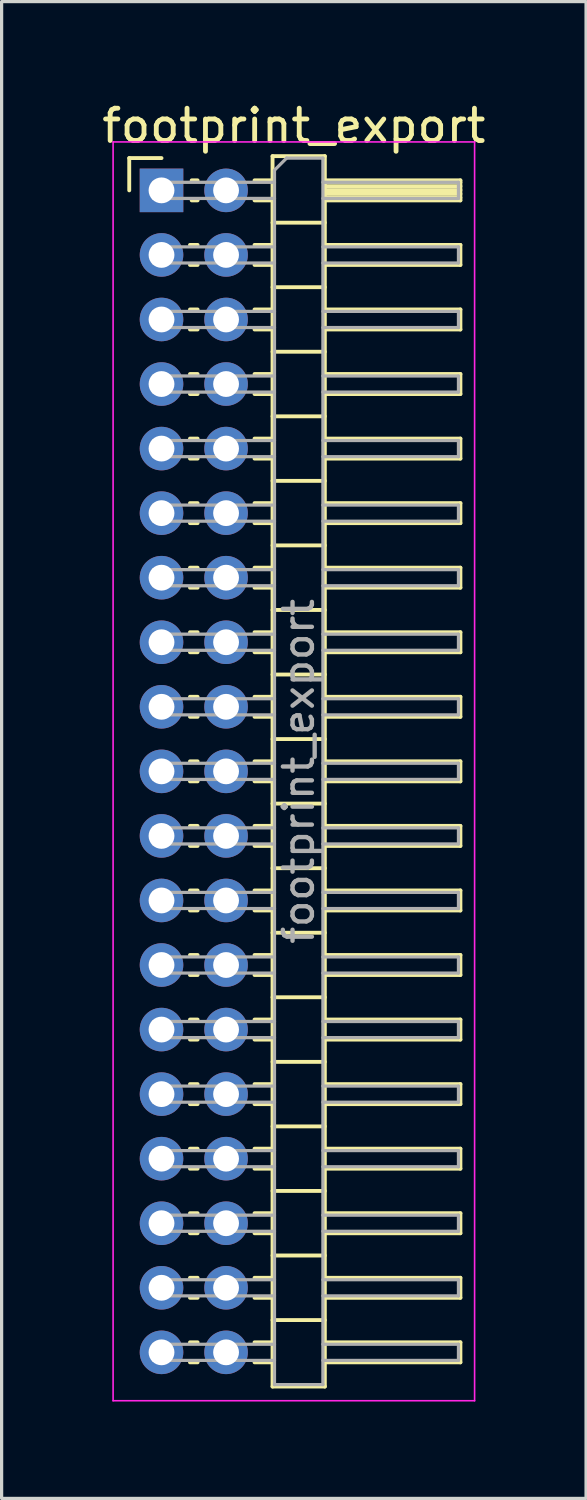
<source format=kicad_pcb>
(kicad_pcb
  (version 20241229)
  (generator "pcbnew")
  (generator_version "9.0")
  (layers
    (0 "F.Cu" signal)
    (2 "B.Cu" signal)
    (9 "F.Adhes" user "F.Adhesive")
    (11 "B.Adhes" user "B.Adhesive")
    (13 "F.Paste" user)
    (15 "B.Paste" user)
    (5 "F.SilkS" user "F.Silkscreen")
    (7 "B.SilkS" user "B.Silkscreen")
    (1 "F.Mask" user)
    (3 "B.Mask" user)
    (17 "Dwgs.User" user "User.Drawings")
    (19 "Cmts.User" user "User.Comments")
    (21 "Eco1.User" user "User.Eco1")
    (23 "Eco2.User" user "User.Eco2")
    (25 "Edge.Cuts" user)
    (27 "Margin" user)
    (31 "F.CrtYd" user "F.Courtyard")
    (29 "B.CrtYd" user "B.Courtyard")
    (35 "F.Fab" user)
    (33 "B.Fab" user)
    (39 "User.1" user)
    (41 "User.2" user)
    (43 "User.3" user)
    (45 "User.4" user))
  (footprint "footprint_export"
    (layer "F.Cu")
    (at 1.954 2.848)
    (property "Reference" "footprint_export" (at 4.1 -2 0) (layer "F.SilkS") (effects (font (size 1 1) (thickness 0.15))))
    (attr through_hole)
    (fp_line (start -1 -1) (end 0 -1) (stroke (width 0.12) (type solid)) (layer "F.SilkS"))
    (fp_line (start -1 0) (end -1 -1) (stroke (width 0.12) (type solid)) (layer "F.SilkS"))
    (fp_line (start 0.882 1.69) (end 1.118 1.69) (stroke (width 0.12) (type solid)) (layer "F.SilkS"))
    (fp_line (start 0.882 2.31) (end 1.118 2.31) (stroke (width 0.12) (type solid)) (layer "F.SilkS"))
    (fp_line (start 0.882 3.69) (end 1.118 3.69) (stroke (width 0.12) (type solid)) (layer "F.SilkS"))
    (fp_line (start 0.882 4.31) (end 1.118 4.31) (stroke (width 0.12) (type solid)) (layer "F.SilkS"))
    (fp_line (start 0.882 5.69) (end 1.118 5.69) (stroke (width 0.12) (type solid)) (layer "F.SilkS"))
    (fp_line (start 0.882 6.31) (end 1.118 6.31) (stroke (width 0.12) (type solid)) (layer "F.SilkS"))
    (fp_line (start 0.882 7.69) (end 1.118 7.69) (stroke (width 0.12) (type solid)) (layer "F.SilkS"))
    (fp_line (start 0.882 8.31) (end 1.118 8.31) (stroke (width 0.12) (type solid)) (layer "F.SilkS"))
    (fp_line (start 0.882 9.69) (end 1.118 9.69) (stroke (width 0.12) (type solid)) (layer "F.SilkS"))
    (fp_line (start 0.882 10.31) (end 1.118 10.31) (stroke (width 0.12) (type solid)) (layer "F.SilkS"))
    (fp_line (start 0.882 11.69) (end 1.118 11.69) (stroke (width 0.12) (type solid)) (layer "F.SilkS"))
    (fp_line (start 0.882 12.31) (end 1.118 12.31) (stroke (width 0.12) (type solid)) (layer "F.SilkS"))
    (fp_line (start 0.882 13.69) (end 1.118 13.69) (stroke (width 0.12) (type solid)) (layer "F.SilkS"))
    (fp_line (start 0.882 14.31) (end 1.118 14.31) (stroke (width 0.12) (type solid)) (layer "F.SilkS"))
    (fp_line (start 0.882 15.69) (end 1.118 15.69) (stroke (width 0.12) (type solid)) (layer "F.SilkS"))
    (fp_line (start 0.882 16.31) (end 1.118 16.31) (stroke (width 0.12) (type solid)) (layer "F.SilkS"))
    (fp_line (start 0.882 17.69) (end 1.118 17.69) (stroke (width 0.12) (type solid)) (layer "F.SilkS"))
    (fp_line (start 0.882 18.31) (end 1.118 18.31) (stroke (width 0.12) (type solid)) (layer "F.SilkS"))
    (fp_line (start 0.882 19.69) (end 1.118 19.69) (stroke (width 0.12) (type solid)) (layer "F.SilkS"))
    (fp_line (start 0.882 20.31) (end 1.118 20.31) (stroke (width 0.12) (type solid)) (layer "F.SilkS"))
    (fp_line (start 0.882 21.69) (end 1.118 21.69) (stroke (width 0.12) (type solid)) (layer "F.SilkS"))
    (fp_line (start 0.882 22.31) (end 1.118 22.31) (stroke (width 0.12) (type solid)) (layer "F.SilkS"))
    (fp_line (start 0.882 23.69) (end 1.118 23.69) (stroke (width 0.12) (type solid)) (layer "F.SilkS"))
    (fp_line (start 0.882 24.31) (end 1.118 24.31) (stroke (width 0.12) (type solid)) (layer "F.SilkS"))
    (fp_line (start 0.882 25.69) (end 1.118 25.69) (stroke (width 0.12) (type solid)) (layer "F.SilkS"))
    (fp_line (start 0.882 26.31) (end 1.118 26.31) (stroke (width 0.12) (type solid)) (layer "F.SilkS"))
    (fp_line (start 0.882 27.69) (end 1.118 27.69) (stroke (width 0.12) (type solid)) (layer "F.SilkS"))
    (fp_line (start 0.882 28.31) (end 1.118 28.31) (stroke (width 0.12) (type solid)) (layer "F.SilkS"))
    (fp_line (start 0.882 29.69) (end 1.118 29.69) (stroke (width 0.12) (type solid)) (layer "F.SilkS"))
    (fp_line (start 0.882 30.31) (end 1.118 30.31) (stroke (width 0.12) (type solid)) (layer "F.SilkS"))
    (fp_line (start 0.882 31.69) (end 1.118 31.69) (stroke (width 0.12) (type solid)) (layer "F.SilkS"))
    (fp_line (start 0.882 32.31) (end 1.118 32.31) (stroke (width 0.12) (type solid)) (layer "F.SilkS"))
    (fp_line (start 0.882 33.69) (end 1.118 33.69) (stroke (width 0.12) (type solid)) (layer "F.SilkS"))
    (fp_line (start 0.882 34.31) (end 1.118 34.31) (stroke (width 0.12) (type solid)) (layer "F.SilkS"))
    (fp_line (start 0.882 35.69) (end 1.118 35.69) (stroke (width 0.12) (type solid)) (layer "F.SilkS"))
    (fp_line (start 0.882 36.31) (end 1.118 36.31) (stroke (width 0.12) (type solid)) (layer "F.SilkS"))
    (fp_line (start 0.935 -0.31) (end 1.118 -0.31) (stroke (width 0.12) (type solid)) (layer "F.SilkS"))
    (fp_line (start 0.935 0.31) (end 1.118 0.31) (stroke (width 0.12) (type solid)) (layer "F.SilkS"))
    (fp_line (start 2.882 -0.31) (end 3.44 -0.31) (stroke (width 0.12) (type solid)) (layer "F.SilkS"))
    (fp_line (start 2.882 0.31) (end 3.44 0.31) (stroke (width 0.12) (type solid)) (layer "F.SilkS"))
    (fp_line (start 2.882 1.69) (end 3.44 1.69) (stroke (width 0.12) (type solid)) (layer "F.SilkS"))
    (fp_line (start 2.882 2.31) (end 3.44 2.31) (stroke (width 0.12) (type solid)) (layer "F.SilkS"))
    (fp_line (start 2.882 3.69) (end 3.44 3.69) (stroke (width 0.12) (type solid)) (layer "F.SilkS"))
    (fp_line (start 2.882 4.31) (end 3.44 4.31) (stroke (width 0.12) (type solid)) (layer "F.SilkS"))
    (fp_line (start 2.882 5.69) (end 3.44 5.69) (stroke (width 0.12) (type solid)) (layer "F.SilkS"))
    (fp_line (start 2.882 6.31) (end 3.44 6.31) (stroke (width 0.12) (type solid)) (layer "F.SilkS"))
    (fp_line (start 2.882 7.69) (end 3.44 7.69) (stroke (width 0.12) (type solid)) (layer "F.SilkS"))
    (fp_line (start 2.882 8.31) (end 3.44 8.31) (stroke (width 0.12) (type solid)) (layer "F.SilkS"))
    (fp_line (start 2.882 9.69) (end 3.44 9.69) (stroke (width 0.12) (type solid)) (layer "F.SilkS"))
    (fp_line (start 2.882 10.31) (end 3.44 10.31) (stroke (width 0.12) (type solid)) (layer "F.SilkS"))
    (fp_line (start 2.882 11.69) (end 3.44 11.69) (stroke (width 0.12) (type solid)) (layer "F.SilkS"))
    (fp_line (start 2.882 12.31) (end 3.44 12.31) (stroke (width 0.12) (type solid)) (layer "F.SilkS"))
    (fp_line (start 2.882 13.69) (end 3.44 13.69) (stroke (width 0.12) (type solid)) (layer "F.SilkS"))
    (fp_line (start 2.882 14.31) (end 3.44 14.31) (stroke (width 0.12) (type solid)) (layer "F.SilkS"))
    (fp_line (start 2.882 15.69) (end 3.44 15.69) (stroke (width 0.12) (type solid)) (layer "F.SilkS"))
    (fp_line (start 2.882 16.31) (end 3.44 16.31) (stroke (width 0.12) (type solid)) (layer "F.SilkS"))
    (fp_line (start 2.882 17.69) (end 3.44 17.69) (stroke (width 0.12) (type solid)) (layer "F.SilkS"))
    (fp_line (start 2.882 18.31) (end 3.44 18.31) (stroke (width 0.12) (type solid)) (layer "F.SilkS"))
    (fp_line (start 2.882 19.69) (end 3.44 19.69) (stroke (width 0.12) (type solid)) (layer "F.SilkS"))
    (fp_line (start 2.882 20.31) (end 3.44 20.31) (stroke (width 0.12) (type solid)) (layer "F.SilkS"))
    (fp_line (start 2.882 21.69) (end 3.44 21.69) (stroke (width 0.12) (type solid)) (layer "F.SilkS"))
    (fp_line (start 2.882 22.31) (end 3.44 22.31) (stroke (width 0.12) (type solid)) (layer "F.SilkS"))
    (fp_line (start 2.882 23.69) (end 3.44 23.69) (stroke (width 0.12) (type solid)) (layer "F.SilkS"))
    (fp_line (start 2.882 24.31) (end 3.44 24.31) (stroke (width 0.12) (type solid)) (layer "F.SilkS"))
    (fp_line (start 2.882 25.69) (end 3.44 25.69) (stroke (width 0.12) (type solid)) (layer "F.SilkS"))
    (fp_line (start 2.882 26.31) (end 3.44 26.31) (stroke (width 0.12) (type solid)) (layer "F.SilkS"))
    (fp_line (start 2.882 27.69) (end 3.44 27.69) (stroke (width 0.12) (type solid)) (layer "F.SilkS"))
    (fp_line (start 2.882 28.31) (end 3.44 28.31) (stroke (width 0.12) (type solid)) (layer "F.SilkS"))
    (fp_line (start 2.882 29.69) (end 3.44 29.69) (stroke (width 0.12) (type solid)) (layer "F.SilkS"))
    (fp_line (start 2.882 30.31) (end 3.44 30.31) (stroke (width 0.12) (type solid)) (layer "F.SilkS"))
    (fp_line (start 2.882 31.69) (end 3.44 31.69) (stroke (width 0.12) (type solid)) (layer "F.SilkS"))
    (fp_line (start 2.882 32.31) (end 3.44 32.31) (stroke (width 0.12) (type solid)) (layer "F.SilkS"))
    (fp_line (start 2.882 33.69) (end 3.44 33.69) (stroke (width 0.12) (type solid)) (layer "F.SilkS"))
    (fp_line (start 2.882 34.31) (end 3.44 34.31) (stroke (width 0.12) (type solid)) (layer "F.SilkS"))
    (fp_line (start 2.882 35.69) (end 3.44 35.69) (stroke (width 0.12) (type solid)) (layer "F.SilkS"))
    (fp_line (start 2.882 36.31) (end 3.44 36.31) (stroke (width 0.12) (type solid)) (layer "F.SilkS"))
    (fp_line (start 3.44 -1.06) (end 3.44 37.06) (stroke (width 0.12) (type solid)) (layer "F.SilkS"))
    (fp_line (start 3.44 1) (end 5.06 1) (stroke (width 0.12) (type solid)) (layer "F.SilkS"))
    (fp_line (start 3.44 3) (end 5.06 3) (stroke (width 0.12) (type solid)) (layer "F.SilkS"))
    (fp_line (start 3.44 5) (end 5.06 5) (stroke (width 0.12) (type solid)) (layer "F.SilkS"))
    (fp_line (start 3.44 7) (end 5.06 7) (stroke (width 0.12) (type solid)) (layer "F.SilkS"))
    (fp_line (start 3.44 9) (end 5.06 9) (stroke (width 0.12) (type solid)) (layer "F.SilkS"))
    (fp_line (start 3.44 11) (end 5.06 11) (stroke (width 0.12) (type solid)) (layer "F.SilkS"))
    (fp_line (start 3.44 13) (end 5.06 13) (stroke (width 0.12) (type solid)) (layer "F.SilkS"))
    (fp_line (start 3.44 15) (end 5.06 15) (stroke (width 0.12) (type solid)) (layer "F.SilkS"))
    (fp_line (start 3.44 17) (end 5.06 17) (stroke (width 0.12) (type solid)) (layer "F.SilkS"))
    (fp_line (start 3.44 19) (end 5.06 19) (stroke (width 0.12) (type solid)) (layer "F.SilkS"))
    (fp_line (start 3.44 21) (end 5.06 21) (stroke (width 0.12) (type solid)) (layer "F.SilkS"))
    (fp_line (start 3.44 23) (end 5.06 23) (stroke (width 0.12) (type solid)) (layer "F.SilkS"))
    (fp_line (start 3.44 25) (end 5.06 25) (stroke (width 0.12) (type solid)) (layer "F.SilkS"))
    (fp_line (start 3.44 27) (end 5.06 27) (stroke (width 0.12) (type solid)) (layer "F.SilkS"))
    (fp_line (start 3.44 29) (end 5.06 29) (stroke (width 0.12) (type solid)) (layer "F.SilkS"))
    (fp_line (start 3.44 31) (end 5.06 31) (stroke (width 0.12) (type solid)) (layer "F.SilkS"))
    (fp_line (start 3.44 33) (end 5.06 33) (stroke (width 0.12) (type solid)) (layer "F.SilkS"))
    (fp_line (start 3.44 35) (end 5.06 35) (stroke (width 0.12) (type solid)) (layer "F.SilkS"))
    (fp_line (start 3.44 37.06) (end 5.06 37.06) (stroke (width 0.12) (type solid)) (layer "F.SilkS"))
    (fp_line (start 5.06 -1.06) (end 3.44 -1.06) (stroke (width 0.12) (type solid)) (layer "F.SilkS"))
    (fp_line (start 5.06 -0.31) (end 9.26 -0.31) (stroke (width 0.12) (type solid)) (layer "F.SilkS"))
    (fp_line (start 5.06 -0.25) (end 9.26 -0.25) (stroke (width 0.12) (type solid)) (layer "F.SilkS"))
    (fp_line (start 5.06 -0.13) (end 9.26 -0.13) (stroke (width 0.12) (type solid)) (layer "F.SilkS"))
    (fp_line (start 5.06 -0.01) (end 9.26 -0.01) (stroke (width 0.12) (type solid)) (layer "F.SilkS"))
    (fp_line (start 5.06 0.11) (end 9.26 0.11) (stroke (width 0.12) (type solid)) (layer "F.SilkS"))
    (fp_line (start 5.06 0.23) (end 9.26 0.23) (stroke (width 0.12) (type solid)) (layer "F.SilkS"))
    (fp_line (start 5.06 1.69) (end 9.26 1.69) (stroke (width 0.12) (type solid)) (layer "F.SilkS"))
    (fp_line (start 5.06 3.69) (end 9.26 3.69) (stroke (width 0.12) (type solid)) (layer "F.SilkS"))
    (fp_line (start 5.06 5.69) (end 9.26 5.69) (stroke (width 0.12) (type solid)) (layer "F.SilkS"))
    (fp_line (start 5.06 7.69) (end 9.26 7.69) (stroke (width 0.12) (type solid)) (layer "F.SilkS"))
    (fp_line (start 5.06 9.69) (end 9.26 9.69) (stroke (width 0.12) (type solid)) (layer "F.SilkS"))
    (fp_line (start 5.06 11.69) (end 9.26 11.69) (stroke (width 0.12) (type solid)) (layer "F.SilkS"))
    (fp_line (start 5.06 13.69) (end 9.26 13.69) (stroke (width 0.12) (type solid)) (layer "F.SilkS"))
    (fp_line (start 5.06 15.69) (end 9.26 15.69) (stroke (width 0.12) (type solid)) (layer "F.SilkS"))
    (fp_line (start 5.06 17.69) (end 9.26 17.69) (stroke (width 0.12) (type solid)) (layer "F.SilkS"))
    (fp_line (start 5.06 19.69) (end 9.26 19.69) (stroke (width 0.12) (type solid)) (layer "F.SilkS"))
    (fp_line (start 5.06 21.69) (end 9.26 21.69) (stroke (width 0.12) (type solid)) (layer "F.SilkS"))
    (fp_line (start 5.06 23.69) (end 9.26 23.69) (stroke (width 0.12) (type solid)) (layer "F.SilkS"))
    (fp_line (start 5.06 25.69) (end 9.26 25.69) (stroke (width 0.12) (type solid)) (layer "F.SilkS"))
    (fp_line (start 5.06 27.69) (end 9.26 27.69) (stroke (width 0.12) (type solid)) (layer "F.SilkS"))
    (fp_line (start 5.06 29.69) (end 9.26 29.69) (stroke (width 0.12) (type solid)) (layer "F.SilkS"))
    (fp_line (start 5.06 31.69) (end 9.26 31.69) (stroke (width 0.12) (type solid)) (layer "F.SilkS"))
    (fp_line (start 5.06 33.69) (end 9.26 33.69) (stroke (width 0.12) (type solid)) (layer "F.SilkS"))
    (fp_line (start 5.06 35.69) (end 9.26 35.69) (stroke (width 0.12) (type solid)) (layer "F.SilkS"))
    (fp_line (start 5.06 37.06) (end 5.06 -1.06) (stroke (width 0.12) (type solid)) (layer "F.SilkS"))
    (fp_line (start 9.26 -0.31) (end 9.26 0.31) (stroke (width 0.12) (type solid)) (layer "F.SilkS"))
    (fp_line (start 9.26 0.31) (end 5.06 0.31) (stroke (width 0.12) (type solid)) (layer "F.SilkS"))
    (fp_line (start 9.26 1.69) (end 9.26 2.31) (stroke (width 0.12) (type solid)) (layer "F.SilkS"))
    (fp_line (start 9.26 2.31) (end 5.06 2.31) (stroke (width 0.12) (type solid)) (layer "F.SilkS"))
    (fp_line (start 9.26 3.69) (end 9.26 4.31) (stroke (width 0.12) (type solid)) (layer "F.SilkS"))
    (fp_line (start 9.26 4.31) (end 5.06 4.31) (stroke (width 0.12) (type solid)) (layer "F.SilkS"))
    (fp_line (start 9.26 5.69) (end 9.26 6.31) (stroke (width 0.12) (type solid)) (layer "F.SilkS"))
    (fp_line (start 9.26 6.31) (end 5.06 6.31) (stroke (width 0.12) (type solid)) (layer "F.SilkS"))
    (fp_line (start 9.26 7.69) (end 9.26 8.31) (stroke (width 0.12) (type solid)) (layer "F.SilkS"))
    (fp_line (start 9.26 8.31) (end 5.06 8.31) (stroke (width 0.12) (type solid)) (layer "F.SilkS"))
    (fp_line (start 9.26 9.69) (end 9.26 10.31) (stroke (width 0.12) (type solid)) (layer "F.SilkS"))
    (fp_line (start 9.26 10.31) (end 5.06 10.31) (stroke (width 0.12) (type solid)) (layer "F.SilkS"))
    (fp_line (start 9.26 11.69) (end 9.26 12.31) (stroke (width 0.12) (type solid)) (layer "F.SilkS"))
    (fp_line (start 9.26 12.31) (end 5.06 12.31) (stroke (width 0.12) (type solid)) (layer "F.SilkS"))
    (fp_line (start 9.26 13.69) (end 9.26 14.31) (stroke (width 0.12) (type solid)) (layer "F.SilkS"))
    (fp_line (start 9.26 14.31) (end 5.06 14.31) (stroke (width 0.12) (type solid)) (layer "F.SilkS"))
    (fp_line (start 9.26 15.69) (end 9.26 16.31) (stroke (width 0.12) (type solid)) (layer "F.SilkS"))
    (fp_line (start 9.26 16.31) (end 5.06 16.31) (stroke (width 0.12) (type solid)) (layer "F.SilkS"))
    (fp_line (start 9.26 17.69) (end 9.26 18.31) (stroke (width 0.12) (type solid)) (layer "F.SilkS"))
    (fp_line (start 9.26 18.31) (end 5.06 18.31) (stroke (width 0.12) (type solid)) (layer "F.SilkS"))
    (fp_line (start 9.26 19.69) (end 9.26 20.31) (stroke (width 0.12) (type solid)) (layer "F.SilkS"))
    (fp_line (start 9.26 20.31) (end 5.06 20.31) (stroke (width 0.12) (type solid)) (layer "F.SilkS"))
    (fp_line (start 9.26 21.69) (end 9.26 22.31) (stroke (width 0.12) (type solid)) (layer "F.SilkS"))
    (fp_line (start 9.26 22.31) (end 5.06 22.31) (stroke (width 0.12) (type solid)) (layer "F.SilkS"))
    (fp_line (start 9.26 23.69) (end 9.26 24.31) (stroke (width 0.12) (type solid)) (layer "F.SilkS"))
    (fp_line (start 9.26 24.31) (end 5.06 24.31) (stroke (width 0.12) (type solid)) (layer "F.SilkS"))
    (fp_line (start 9.26 25.69) (end 9.26 26.31) (stroke (width 0.12) (type solid)) (layer "F.SilkS"))
    (fp_line (start 9.26 26.31) (end 5.06 26.31) (stroke (width 0.12) (type solid)) (layer "F.SilkS"))
    (fp_line (start 9.26 27.69) (end 9.26 28.31) (stroke (width 0.12) (type solid)) (layer "F.SilkS"))
    (fp_line (start 9.26 28.31) (end 5.06 28.31) (stroke (width 0.12) (type solid)) (layer "F.SilkS"))
    (fp_line (start 9.26 29.69) (end 9.26 30.31) (stroke (width 0.12) (type solid)) (layer "F.SilkS"))
    (fp_line (start 9.26 30.31) (end 5.06 30.31) (stroke (width 0.12) (type solid)) (layer "F.SilkS"))
    (fp_line (start 9.26 31.69) (end 9.26 32.31) (stroke (width 0.12) (type solid)) (layer "F.SilkS"))
    (fp_line (start 9.26 32.31) (end 5.06 32.31) (stroke (width 0.12) (type solid)) (layer "F.SilkS"))
    (fp_line (start 9.26 33.69) (end 9.26 34.31) (stroke (width 0.12) (type solid)) (layer "F.SilkS"))
    (fp_line (start 9.26 34.31) (end 5.06 34.31) (stroke (width 0.12) (type solid)) (layer "F.SilkS"))
    (fp_line (start 9.26 35.69) (end 9.26 36.31) (stroke (width 0.12) (type solid)) (layer "F.SilkS"))
    (fp_line (start 9.26 36.31) (end 5.06 36.31) (stroke (width 0.12) (type solid)) (layer "F.SilkS"))
    (fp_line (start -1.5 -1.5) (end -1.5 37.5) (stroke (width 0.05) (type solid)) (layer "F.CrtYd"))
    (fp_line (start -1.5 37.5) (end 9.7 37.5) (stroke (width 0.05) (type solid)) (layer "F.CrtYd"))
    (fp_line (start 9.7 -1.5) (end -1.5 -1.5) (stroke (width 0.05) (type solid)) (layer "F.CrtYd"))
    (fp_line (start 9.7 37.5) (end 9.7 -1.5) (stroke (width 0.05) (type solid)) (layer "F.CrtYd"))
    (fp_line (start -0.25 -0.25) (end -0.25 0.25) (stroke (width 0.1) (type solid)) (layer "F.Fab"))
    (fp_line (start -0.25 -0.25) (end 3.5 -0.25) (stroke (width 0.1) (type solid)) (layer "F.Fab"))
    (fp_line (start -0.25 0.25) (end 3.5 0.25) (stroke (width 0.1) (type solid)) (layer "F.Fab"))
    (fp_line (start -0.25 1.75) (end -0.25 2.25) (stroke (width 0.1) (type solid)) (layer "F.Fab"))
    (fp_line (start -0.25 1.75) (end 3.5 1.75) (stroke (width 0.1) (type solid)) (layer "F.Fab"))
    (fp_line (start -0.25 2.25) (end 3.5 2.25) (stroke (width 0.1) (type solid)) (layer "F.Fab"))
    (fp_line (start -0.25 3.75) (end -0.25 4.25) (stroke (width 0.1) (type solid)) (layer "F.Fab"))
    (fp_line (start -0.25 3.75) (end 3.5 3.75) (stroke (width 0.1) (type solid)) (layer "F.Fab"))
    (fp_line (start -0.25 4.25) (end 3.5 4.25) (stroke (width 0.1) (type solid)) (layer "F.Fab"))
    (fp_line (start -0.25 5.75) (end -0.25 6.25) (stroke (width 0.1) (type solid)) (layer "F.Fab"))
    (fp_line (start -0.25 5.75) (end 3.5 5.75) (stroke (width 0.1) (type solid)) (layer "F.Fab"))
    (fp_line (start -0.25 6.25) (end 3.5 6.25) (stroke (width 0.1) (type solid)) (layer "F.Fab"))
    (fp_line (start -0.25 7.75) (end -0.25 8.25) (stroke (width 0.1) (type solid)) (layer "F.Fab"))
    (fp_line (start -0.25 7.75) (end 3.5 7.75) (stroke (width 0.1) (type solid)) (layer "F.Fab"))
    (fp_line (start -0.25 8.25) (end 3.5 8.25) (stroke (width 0.1) (type solid)) (layer "F.Fab"))
    (fp_line (start -0.25 9.75) (end -0.25 10.25) (stroke (width 0.1) (type solid)) (layer "F.Fab"))
    (fp_line (start -0.25 9.75) (end 3.5 9.75) (stroke (width 0.1) (type solid)) (layer "F.Fab"))
    (fp_line (start -0.25 10.25) (end 3.5 10.25) (stroke (width 0.1) (type solid)) (layer "F.Fab"))
    (fp_line (start -0.25 11.75) (end -0.25 12.25) (stroke (width 0.1) (type solid)) (layer "F.Fab"))
    (fp_line (start -0.25 11.75) (end 3.5 11.75) (stroke (width 0.1) (type solid)) (layer "F.Fab"))
    (fp_line (start -0.25 12.25) (end 3.5 12.25) (stroke (width 0.1) (type solid)) (layer "F.Fab"))
    (fp_line (start -0.25 13.75) (end -0.25 14.25) (stroke (width 0.1) (type solid)) (layer "F.Fab"))
    (fp_line (start -0.25 13.75) (end 3.5 13.75) (stroke (width 0.1) (type solid)) (layer "F.Fab"))
    (fp_line (start -0.25 14.25) (end 3.5 14.25) (stroke (width 0.1) (type solid)) (layer "F.Fab"))
    (fp_line (start -0.25 15.75) (end -0.25 16.25) (stroke (width 0.1) (type solid)) (layer "F.Fab"))
    (fp_line (start -0.25 15.75) (end 3.5 15.75) (stroke (width 0.1) (type solid)) (layer "F.Fab"))
    (fp_line (start -0.25 16.25) (end 3.5 16.25) (stroke (width 0.1) (type solid)) (layer "F.Fab"))
    (fp_line (start -0.25 17.75) (end -0.25 18.25) (stroke (width 0.1) (type solid)) (layer "F.Fab"))
    (fp_line (start -0.25 17.75) (end 3.5 17.75) (stroke (width 0.1) (type solid)) (layer "F.Fab"))
    (fp_line (start -0.25 18.25) (end 3.5 18.25) (stroke (width 0.1) (type solid)) (layer "F.Fab"))
    (fp_line (start -0.25 19.75) (end -0.25 20.25) (stroke (width 0.1) (type solid)) (layer "F.Fab"))
    (fp_line (start -0.25 19.75) (end 3.5 19.75) (stroke (width 0.1) (type solid)) (layer "F.Fab"))
    (fp_line (start -0.25 20.25) (end 3.5 20.25) (stroke (width 0.1) (type solid)) (layer "F.Fab"))
    (fp_line (start -0.25 21.75) (end -0.25 22.25) (stroke (width 0.1) (type solid)) (layer "F.Fab"))
    (fp_line (start -0.25 21.75) (end 3.5 21.75) (stroke (width 0.1) (type solid)) (layer "F.Fab"))
    (fp_line (start -0.25 22.25) (end 3.5 22.25) (stroke (width 0.1) (type solid)) (layer "F.Fab"))
    (fp_line (start -0.25 23.75) (end -0.25 24.25) (stroke (width 0.1) (type solid)) (layer "F.Fab"))
    (fp_line (start -0.25 23.75) (end 3.5 23.75) (stroke (width 0.1) (type solid)) (layer "F.Fab"))
    (fp_line (start -0.25 24.25) (end 3.5 24.25) (stroke (width 0.1) (type solid)) (layer "F.Fab"))
    (fp_line (start -0.25 25.75) (end -0.25 26.25) (stroke (width 0.1) (type solid)) (layer "F.Fab"))
    (fp_line (start -0.25 25.75) (end 3.5 25.75) (stroke (width 0.1) (type solid)) (layer "F.Fab"))
    (fp_line (start -0.25 26.25) (end 3.5 26.25) (stroke (width 0.1) (type solid)) (layer "F.Fab"))
    (fp_line (start -0.25 27.75) (end -0.25 28.25) (stroke (width 0.1) (type solid)) (layer "F.Fab"))
    (fp_line (start -0.25 27.75) (end 3.5 27.75) (stroke (width 0.1) (type solid)) (layer "F.Fab"))
    (fp_line (start -0.25 28.25) (end 3.5 28.25) (stroke (width 0.1) (type solid)) (layer "F.Fab"))
    (fp_line (start -0.25 29.75) (end -0.25 30.25) (stroke (width 0.1) (type solid)) (layer "F.Fab"))
    (fp_line (start -0.25 29.75) (end 3.5 29.75) (stroke (width 0.1) (type solid)) (layer "F.Fab"))
    (fp_line (start -0.25 30.25) (end 3.5 30.25) (stroke (width 0.1) (type solid)) (layer "F.Fab"))
    (fp_line (start -0.25 31.75) (end -0.25 32.25) (stroke (width 0.1) (type solid)) (layer "F.Fab"))
    (fp_line (start -0.25 31.75) (end 3.5 31.75) (stroke (width 0.1) (type solid)) (layer "F.Fab"))
    (fp_line (start -0.25 32.25) (end 3.5 32.25) (stroke (width 0.1) (type solid)) (layer "F.Fab"))
    (fp_line (start -0.25 33.75) (end -0.25 34.25) (stroke (width 0.1) (type solid)) (layer "F.Fab"))
    (fp_line (start -0.25 33.75) (end 3.5 33.75) (stroke (width 0.1) (type solid)) (layer "F.Fab"))
    (fp_line (start -0.25 34.25) (end 3.5 34.25) (stroke (width 0.1) (type solid)) (layer "F.Fab"))
    (fp_line (start -0.25 35.75) (end -0.25 36.25) (stroke (width 0.1) (type solid)) (layer "F.Fab"))
    (fp_line (start -0.25 35.75) (end 3.5 35.75) (stroke (width 0.1) (type solid)) (layer "F.Fab"))
    (fp_line (start -0.25 36.25) (end 3.5 36.25) (stroke (width 0.1) (type solid)) (layer "F.Fab"))
    (fp_line (start 3.5 -0.625) (end 3.875 -1) (stroke (width 0.1) (type solid)) (layer "F.Fab"))
    (fp_line (start 3.5 37) (end 3.5 -0.625) (stroke (width 0.1) (type solid)) (layer "F.Fab"))
    (fp_line (start 3.875 -1) (end 5 -1) (stroke (width 0.1) (type solid)) (layer "F.Fab"))
    (fp_line (start 5 -1) (end 5 37) (stroke (width 0.1) (type solid)) (layer "F.Fab"))
    (fp_line (start 5 -0.25) (end 9.2 -0.25) (stroke (width 0.1) (type solid)) (layer "F.Fab"))
    (fp_line (start 5 0.25) (end 9.2 0.25) (stroke (width 0.1) (type solid)) (layer "F.Fab"))
    (fp_line (start 5 1.75) (end 9.2 1.75) (stroke (width 0.1) (type solid)) (layer "F.Fab"))
    (fp_line (start 5 2.25) (end 9.2 2.25) (stroke (width 0.1) (type solid)) (layer "F.Fab"))
    (fp_line (start 5 3.75) (end 9.2 3.75) (stroke (width 0.1) (type solid)) (layer "F.Fab"))
    (fp_line (start 5 4.25) (end 9.2 4.25) (stroke (width 0.1) (type solid)) (layer "F.Fab"))
    (fp_line (start 5 5.75) (end 9.2 5.75) (stroke (width 0.1) (type solid)) (layer "F.Fab"))
    (fp_line (start 5 6.25) (end 9.2 6.25) (stroke (width 0.1) (type solid)) (layer "F.Fab"))
    (fp_line (start 5 7.75) (end 9.2 7.75) (stroke (width 0.1) (type solid)) (layer "F.Fab"))
    (fp_line (start 5 8.25) (end 9.2 8.25) (stroke (width 0.1) (type solid)) (layer "F.Fab"))
    (fp_line (start 5 9.75) (end 9.2 9.75) (stroke (width 0.1) (type solid)) (layer "F.Fab"))
    (fp_line (start 5 10.25) (end 9.2 10.25) (stroke (width 0.1) (type solid)) (layer "F.Fab"))
    (fp_line (start 5 11.75) (end 9.2 11.75) (stroke (width 0.1) (type solid)) (layer "F.Fab"))
    (fp_line (start 5 12.25) (end 9.2 12.25) (stroke (width 0.1) (type solid)) (layer "F.Fab"))
    (fp_line (start 5 13.75) (end 9.2 13.75) (stroke (width 0.1) (type solid)) (layer "F.Fab"))
    (fp_line (start 5 14.25) (end 9.2 14.25) (stroke (width 0.1) (type solid)) (layer "F.Fab"))
    (fp_line (start 5 15.75) (end 9.2 15.75) (stroke (width 0.1) (type solid)) (layer "F.Fab"))
    (fp_line (start 5 16.25) (end 9.2 16.25) (stroke (width 0.1) (type solid)) (layer "F.Fab"))
    (fp_line (start 5 17.75) (end 9.2 17.75) (stroke (width 0.1) (type solid)) (layer "F.Fab"))
    (fp_line (start 5 18.25) (end 9.2 18.25) (stroke (width 0.1) (type solid)) (layer "F.Fab"))
    (fp_line (start 5 19.75) (end 9.2 19.75) (stroke (width 0.1) (type solid)) (layer "F.Fab"))
    (fp_line (start 5 20.25) (end 9.2 20.25) (stroke (width 0.1) (type solid)) (layer "F.Fab"))
    (fp_line (start 5 21.75) (end 9.2 21.75) (stroke (width 0.1) (type solid)) (layer "F.Fab"))
    (fp_line (start 5 22.25) (end 9.2 22.25) (stroke (width 0.1) (type solid)) (layer "F.Fab"))
    (fp_line (start 5 23.75) (end 9.2 23.75) (stroke (width 0.1) (type solid)) (layer "F.Fab"))
    (fp_line (start 5 24.25) (end 9.2 24.25) (stroke (width 0.1) (type solid)) (layer "F.Fab"))
    (fp_line (start 5 25.75) (end 9.2 25.75) (stroke (width 0.1) (type solid)) (layer "F.Fab"))
    (fp_line (start 5 26.25) (end 9.2 26.25) (stroke (width 0.1) (type solid)) (layer "F.Fab"))
    (fp_line (start 5 27.75) (end 9.2 27.75) (stroke (width 0.1) (type solid)) (layer "F.Fab"))
    (fp_line (start 5 28.25) (end 9.2 28.25) (stroke (width 0.1) (type solid)) (layer "F.Fab"))
    (fp_line (start 5 29.75) (end 9.2 29.75) (stroke (width 0.1) (type solid)) (layer "F.Fab"))
    (fp_line (start 5 30.25) (end 9.2 30.25) (stroke (width 0.1) (type solid)) (layer "F.Fab"))
    (fp_line (start 5 31.75) (end 9.2 31.75) (stroke (width 0.1) (type solid)) (layer "F.Fab"))
    (fp_line (start 5 32.25) (end 9.2 32.25) (stroke (width 0.1) (type solid)) (layer "F.Fab"))
    (fp_line (start 5 33.75) (end 9.2 33.75) (stroke (width 0.1) (type solid)) (layer "F.Fab"))
    (fp_line (start 5 34.25) (end 9.2 34.25) (stroke (width 0.1) (type solid)) (layer "F.Fab"))
    (fp_line (start 5 35.75) (end 9.2 35.75) (stroke (width 0.1) (type solid)) (layer "F.Fab"))
    (fp_line (start 5 36.25) (end 9.2 36.25) (stroke (width 0.1) (type solid)) (layer "F.Fab"))
    (fp_line (start 5 37) (end 3.5 37) (stroke (width 0.1) (type solid)) (layer "F.Fab"))
    (fp_line (start 9.2 -0.25) (end 9.2 0.25) (stroke (width 0.1) (type solid)) (layer "F.Fab"))
    (fp_line (start 9.2 1.75) (end 9.2 2.25) (stroke (width 0.1) (type solid)) (layer "F.Fab"))
    (fp_line (start 9.2 3.75) (end 9.2 4.25) (stroke (width 0.1) (type solid)) (layer "F.Fab"))
    (fp_line (start 9.2 5.75) (end 9.2 6.25) (stroke (width 0.1) (type solid)) (layer "F.Fab"))
    (fp_line (start 9.2 7.75) (end 9.2 8.25) (stroke (width 0.1) (type solid)) (layer "F.Fab"))
    (fp_line (start 9.2 9.75) (end 9.2 10.25) (stroke (width 0.1) (type solid)) (layer "F.Fab"))
    (fp_line (start 9.2 11.75) (end 9.2 12.25) (stroke (width 0.1) (type solid)) (layer "F.Fab"))
    (fp_line (start 9.2 13.75) (end 9.2 14.25) (stroke (width 0.1) (type solid)) (layer "F.Fab"))
    (fp_line (start 9.2 15.75) (end 9.2 16.25) (stroke (width 0.1) (type solid)) (layer "F.Fab"))
    (fp_line (start 9.2 17.75) (end 9.2 18.25) (stroke (width 0.1) (type solid)) (layer "F.Fab"))
    (fp_line (start 9.2 19.75) (end 9.2 20.25) (stroke (width 0.1) (type solid)) (layer "F.Fab"))
    (fp_line (start 9.2 21.75) (end 9.2 22.25) (stroke (width 0.1) (type solid)) (layer "F.Fab"))
    (fp_line (start 9.2 23.75) (end 9.2 24.25) (stroke (width 0.1) (type solid)) (layer "F.Fab"))
    (fp_line (start 9.2 25.75) (end 9.2 26.25) (stroke (width 0.1) (type solid)) (layer "F.Fab"))
    (fp_line (start 9.2 27.75) (end 9.2 28.25) (stroke (width 0.1) (type solid)) (layer "F.Fab"))
    (fp_line (start 9.2 29.75) (end 9.2 30.25) (stroke (width 0.1) (type solid)) (layer "F.Fab"))
    (fp_line (start 9.2 31.75) (end 9.2 32.25) (stroke (width 0.1) (type solid)) (layer "F.Fab"))
    (fp_line (start 9.2 33.75) (end 9.2 34.25) (stroke (width 0.1) (type solid)) (layer "F.Fab"))
    (fp_line (start 9.2 35.75) (end 9.2 36.25) (stroke (width 0.1) (type solid)) (layer "F.Fab"))
    (fp_text user "${REFERENCE}" (at 4.25 18 90) (layer "F.Fab") (effects (font (size 0.9 0.9) (thickness 0.135))))
    (pad "1" thru_hole rect (at 0 0) (size 1.35 1.35) (drill 0.8) (layers "*.Cu" "*.Mask"))
    (pad "2" thru_hole oval (at 2 0) (size 1.35 1.35) (drill 0.8) (layers "*.Cu" "*.Mask"))
    (pad "3" thru_hole oval (at 0 2) (size 1.35 1.35) (drill 0.8) (layers "*.Cu" "*.Mask"))
    (pad "4" thru_hole oval (at 2 2) (size 1.35 1.35) (drill 0.8) (layers "*.Cu" "*.Mask"))
    (pad "5" thru_hole oval (at 0 4) (size 1.35 1.35) (drill 0.8) (layers "*.Cu" "*.Mask"))
    (pad "6" thru_hole oval (at 2 4) (size 1.35 1.35) (drill 0.8) (layers "*.Cu" "*.Mask"))
    (pad "7" thru_hole oval (at 0 6) (size 1.35 1.35) (drill 0.8) (layers "*.Cu" "*.Mask"))
    (pad "8" thru_hole oval (at 2 6) (size 1.35 1.35) (drill 0.8) (layers "*.Cu" "*.Mask"))
    (pad "9" thru_hole oval (at 0 8) (size 1.35 1.35) (drill 0.8) (layers "*.Cu" "*.Mask"))
    (pad "10" thru_hole oval (at 2 8) (size 1.35 1.35) (drill 0.8) (layers "*.Cu" "*.Mask"))
    (pad "11" thru_hole oval (at 0 10) (size 1.35 1.35) (drill 0.8) (layers "*.Cu" "*.Mask"))
    (pad "12" thru_hole oval (at 2 10) (size 1.35 1.35) (drill 0.8) (layers "*.Cu" "*.Mask"))
    (pad "13" thru_hole oval (at 0 12) (size 1.35 1.35) (drill 0.8) (layers "*.Cu" "*.Mask"))
    (pad "14" thru_hole oval (at 2 12) (size 1.35 1.35) (drill 0.8) (layers "*.Cu" "*.Mask"))
    (pad "15" thru_hole oval (at 0 14) (size 1.35 1.35) (drill 0.8) (layers "*.Cu" "*.Mask"))
    (pad "16" thru_hole oval (at 2 14) (size 1.35 1.35) (drill 0.8) (layers "*.Cu" "*.Mask"))
    (pad "17" thru_hole oval (at 0 16) (size 1.35 1.35) (drill 0.8) (layers "*.Cu" "*.Mask"))
    (pad "18" thru_hole oval (at 2 16) (size 1.35 1.35) (drill 0.8) (layers "*.Cu" "*.Mask"))
    (pad "19" thru_hole oval (at 0 18) (size 1.35 1.35) (drill 0.8) (layers "*.Cu" "*.Mask"))
    (pad "20" thru_hole oval (at 2 18) (size 1.35 1.35) (drill 0.8) (layers "*.Cu" "*.Mask"))
    (pad "21" thru_hole oval (at 0 20) (size 1.35 1.35) (drill 0.8) (layers "*.Cu" "*.Mask"))
    (pad "22" thru_hole oval (at 2 20) (size 1.35 1.35) (drill 0.8) (layers "*.Cu" "*.Mask"))
    (pad "23" thru_hole oval (at 0 22) (size 1.35 1.35) (drill 0.8) (layers "*.Cu" "*.Mask"))
    (pad "24" thru_hole oval (at 2 22) (size 1.35 1.35) (drill 0.8) (layers "*.Cu" "*.Mask"))
    (pad "25" thru_hole oval (at 0 24) (size 1.35 1.35) (drill 0.8) (layers "*.Cu" "*.Mask"))
    (pad "26" thru_hole oval (at 2 24) (size 1.35 1.35) (drill 0.8) (layers "*.Cu" "*.Mask"))
    (pad "27" thru_hole oval (at 0 26) (size 1.35 1.35) (drill 0.8) (layers "*.Cu" "*.Mask"))
    (pad "28" thru_hole oval (at 2 26) (size 1.35 1.35) (drill 0.8) (layers "*.Cu" "*.Mask"))
    (pad "29" thru_hole oval (at 0 28) (size 1.35 1.35) (drill 0.8) (layers "*.Cu" "*.Mask"))
    (pad "30" thru_hole oval (at 2 28) (size 1.35 1.35) (drill 0.8) (layers "*.Cu" "*.Mask"))
    (pad "31" thru_hole oval (at 0 30) (size 1.35 1.35) (drill 0.8) (layers "*.Cu" "*.Mask"))
    (pad "32" thru_hole oval (at 2 30) (size 1.35 1.35) (drill 0.8) (layers "*.Cu" "*.Mask"))
    (pad "33" thru_hole oval (at 0 32) (size 1.35 1.35) (drill 0.8) (layers "*.Cu" "*.Mask"))
    (pad "34" thru_hole oval (at 2 32) (size 1.35 1.35) (drill 0.8) (layers "*.Cu" "*.Mask"))
    (pad "35" thru_hole oval (at 0 34) (size 1.35 1.35) (drill 0.8) (layers "*.Cu" "*.Mask"))
    (pad "36" thru_hole oval (at 2 34) (size 1.35 1.35) (drill 0.8) (layers "*.Cu" "*.Mask"))
    (pad "37" thru_hole oval (at 0 36) (size 1.35 1.35) (drill 0.8) (layers "*.Cu" "*.Mask"))
    (pad "38" thru_hole oval (at 2 36) (size 1.35 1.35) (drill 0.8) (layers "*.Cu" "*.Mask")))
  (gr_rect
    (start -3 -3)
    (end 15.107 43.373)
    (stroke (width 0.1) (type default))
    (fill no)
    (layer "Edge.Cuts")))
</source>
